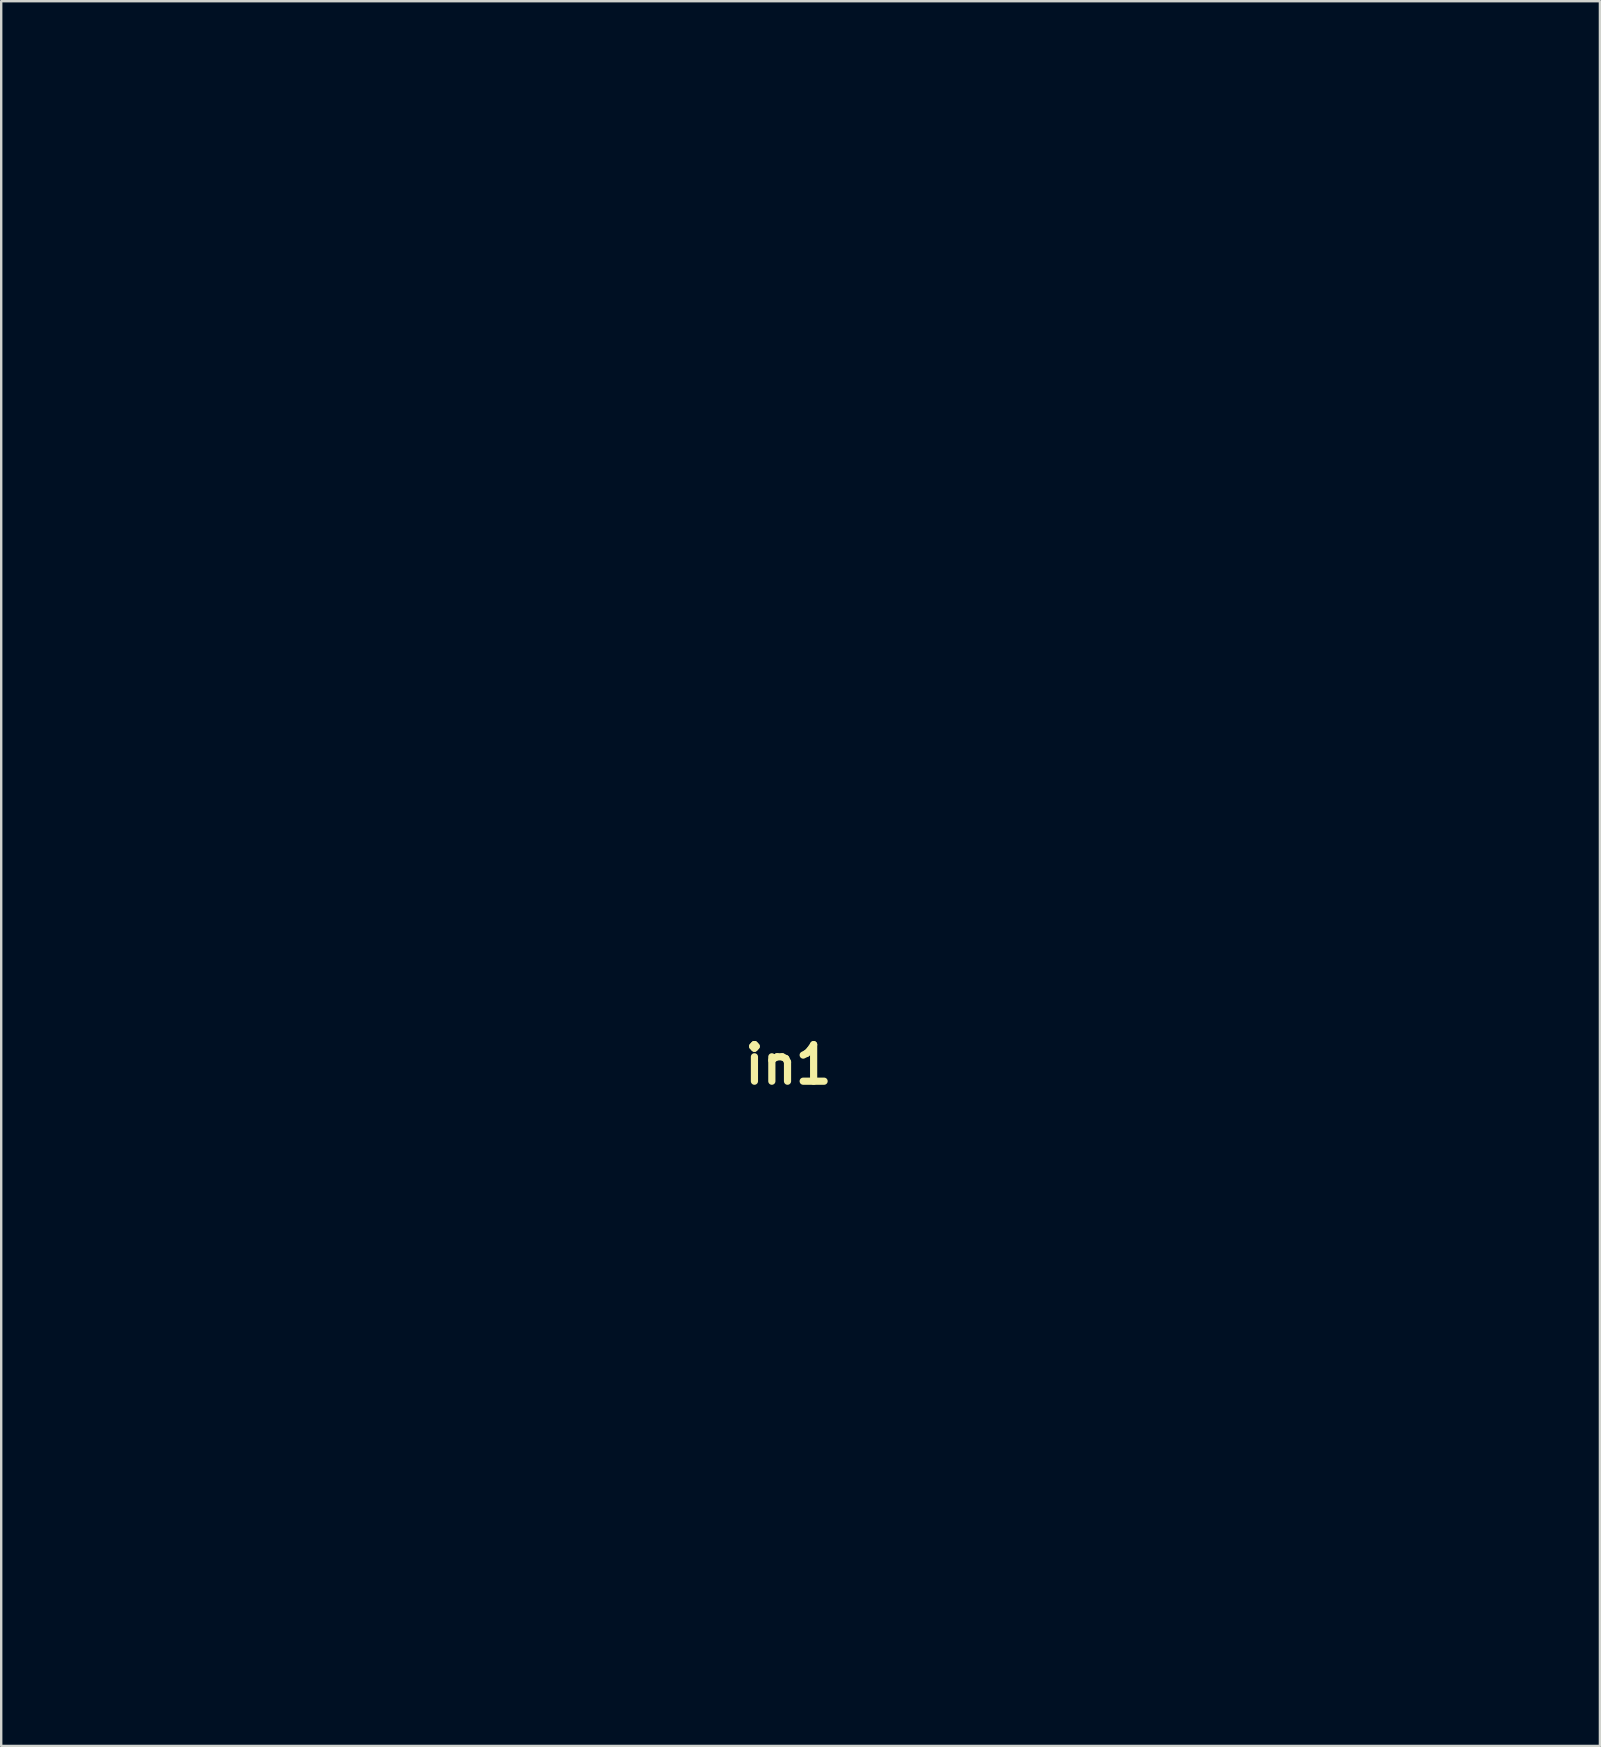
<source format=kicad_pcb>
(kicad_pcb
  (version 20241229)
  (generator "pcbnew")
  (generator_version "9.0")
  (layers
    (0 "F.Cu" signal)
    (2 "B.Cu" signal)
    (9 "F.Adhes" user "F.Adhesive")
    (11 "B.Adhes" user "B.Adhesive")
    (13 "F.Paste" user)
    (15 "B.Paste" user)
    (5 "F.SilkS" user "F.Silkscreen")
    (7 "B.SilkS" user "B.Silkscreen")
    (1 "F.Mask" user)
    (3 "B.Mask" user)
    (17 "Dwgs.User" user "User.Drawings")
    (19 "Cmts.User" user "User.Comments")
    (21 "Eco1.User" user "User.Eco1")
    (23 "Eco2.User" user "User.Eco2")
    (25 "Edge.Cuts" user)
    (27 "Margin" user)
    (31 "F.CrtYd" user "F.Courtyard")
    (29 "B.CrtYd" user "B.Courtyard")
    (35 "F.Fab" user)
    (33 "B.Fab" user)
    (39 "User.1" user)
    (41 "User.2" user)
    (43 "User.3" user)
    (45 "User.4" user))
  (footprint "in1"
    (layer "F.Cu")
    (at 29.808 41.322)
    (property "Reference" "in1" (at 0 0 0) (layer "F.SilkS") (effects (font (size 1.524 1.524) (thickness 0.3))))
    (attr through_hole)
    (fp_poly (pts (xy 13.218 -24.25) (xy 13.228 -24.245) (xy 13.351 -24.148) (xy 13.413 -24.019) (xy 13.411 -23.881) (xy 13.344 -23.757) (xy 13.252 -23.686) (xy 13.127 -23.634) (xy 13.026 -23.634) (xy 12.905 -23.686) (xy 12.902 -23.688) (xy 12.791 -23.789) (xy 12.744 -23.92) (xy 12.761 -24.058) (xy 12.84 -24.18) (xy 12.934 -24.245) (xy 13.038 -24.288) (xy 13.117 -24.289) (xy 13.218 -24.25)) (stroke (width 0.01) (type solid)) (fill yes) (layer "In1.Cu"))
    (fp_poly (pts (xy 30.819 -30.924) (xy 30.819 14.626) (xy 25.813 19.632) (xy 20.806 24.638) (xy 17.244 24.638) (xy 17.11 24.805) (xy 17.031 24.918) (xy 16.983 25.019) (xy 16.976 25.055) (xy 16.948 25.204) (xy 16.856 25.307) (xy 16.803 25.338) (xy 16.68 25.389) (xy 16.578 25.387) (xy 16.458 25.334) (xy 16.345 25.233) (xy 16.299 25.103) (xy 16.319 24.965) (xy 16.402 24.84) (xy 16.5 24.769) (xy 16.609 24.695) (xy 16.74 24.579) (xy 16.862 24.451) (xy 17.065 24.215) (xy 20.595 24.215) (xy 25.495 19.315) (xy 30.395 14.414) (xy 30.395 -30.713) (xy 25.305 -35.803) (xy 20.214 -40.894) (xy -19.96 -40.894) (xy -24.67 -36.184) (xy -29.379 -31.475) (xy -29.379 14.034) (xy -24.67 18.743) (xy -19.96 23.453) (xy 20.214 23.453) (xy 24.924 18.743) (xy 29.633 14.033) (xy 29.633 -30.332) (xy 24.733 -35.232) (xy 19.833 -40.132) (xy -19.579 -40.132) (xy -24.098 -35.613) (xy -28.617 -31.094) (xy -28.617 13.653) (xy -24.098 18.172) (xy -19.579 22.691) (xy 19.833 22.691) (xy 24.352 18.172) (xy 28.871 13.652) (xy 28.871 -29.951) (xy 19.452 -39.37) (xy -19.198 -39.37) (xy -23.527 -35.041) (xy -27.855 -30.713) (xy -27.855 13.272) (xy -19.198 21.929) (xy 19.452 21.929) (xy 23.781 17.6) (xy 28.109 13.271) (xy 28.109 -29.57) (xy 19.071 -38.608) (xy -18.817 -38.608) (xy -22.955 -34.47) (xy -27.093 -30.332) (xy -27.093 -8.721) (xy -27.093 12.891) (xy -22.955 17.029) (xy -18.817 21.167) (xy 19.071 21.167) (xy 23.209 17.029) (xy 27.347 12.89) (xy 27.347 -29.189) (xy 23.019 -33.517) (xy 18.69 -37.846) (xy -18.436 -37.846) (xy -26.331 -29.951) (xy -26.331 12.51) (xy -22.384 16.457) (xy -18.436 20.405) (xy 18.69 20.405) (xy 22.638 16.457) (xy 26.585 12.509) (xy 26.585 -28.808) (xy 22.447 -32.946) (xy 18.309 -37.084) (xy -18.055 -37.084) (xy -25.569 -29.57) (xy -25.569 12.129) (xy -18.055 19.643) (xy 18.309 19.643) (xy 25.823 12.128) (xy 25.823 -28.427) (xy 21.876 -32.375) (xy 17.928 -36.322) (xy -17.674 -36.322) (xy -24.807 -29.189) (xy -24.807 11.748) (xy -21.241 15.314) (xy -17.674 18.881) (xy 17.928 18.881) (xy 21.495 15.314) (xy 25.061 11.747) (xy 25.061 -28.046) (xy 17.547 -35.56) (xy -17.293 -35.56) (xy -20.669 -32.184) (xy -24.045 -28.808) (xy -24.045 -8.72) (xy -24.045 11.367) (xy -20.669 14.743) (xy -17.293 18.119) (xy 17.547 18.119) (xy 24.299 11.366) (xy 24.299 -27.665) (xy 20.733 -31.232) (xy 17.166 -34.798) (xy -16.912 -34.798) (xy -23.283 -28.427) (xy -23.283 -8.72) (xy -23.283 10.986) (xy -20.098 14.171) (xy -16.912 17.357) (xy 17.166 17.357) (xy 23.537 10.985) (xy 23.537 -27.284) (xy 16.785 -34.036) (xy -16.531 -34.036) (xy -19.526 -31.041) (xy -22.521 -28.046) (xy -22.521 -8.72) (xy -22.521 10.605) (xy -19.526 13.6) (xy -16.531 16.595) (xy 16.785 16.595) (xy 19.78 13.599) (xy 22.775 10.604) (xy 22.775 -26.903) (xy 19.59 -30.089) (xy 16.404 -33.274) (xy -16.15 -33.274) (xy -21.759 -27.665) (xy -21.759 -8.72) (xy -21.759 10.224) (xy -18.955 13.028) (xy -16.15 15.833) (xy 16.404 15.833) (xy 22.013 10.223) (xy 22.013 -26.522) (xy 19.018 -29.517) (xy 16.023 -32.512) (xy -15.769 -32.512) (xy -18.383 -29.898) (xy -20.997 -27.284) (xy -20.997 9.843) (xy -18.383 12.457) (xy -15.769 15.071) (xy 16.023 15.071) (xy 18.637 12.456) (xy 21.251 9.842) (xy 21.251 -26.141) (xy 18.447 -28.946) (xy 15.642 -31.75) (xy -15.388 -31.75) (xy -17.812 -29.326) (xy -20.235 -26.903) (xy -20.235 -8.72) (xy -20.235 9.462) (xy -17.812 11.885) (xy -15.388 14.309) (xy 15.642 14.309) (xy 18.066 11.885) (xy 20.489 9.461) (xy 20.489 -25.76) (xy 17.875 -28.374) (xy 15.261 -30.988) (xy -15.007 -30.988) (xy -19.473 -26.522) (xy -19.473 -8.72) (xy -19.473 9.081) (xy -17.24 11.314) (xy -15.007 13.547) (xy 15.261 13.547) (xy 17.494 11.313) (xy 19.727 9.08) (xy 19.727 -25.379) (xy 17.304 -27.803) (xy 14.88 -30.226) (xy -14.626 -30.226) (xy -16.669 -28.183) (xy -18.711 -26.141) (xy -18.711 -8.72) (xy -18.711 8.7) (xy -14.626 12.785) (xy 14.88 12.785) (xy 16.923 10.742) (xy 18.965 8.699) (xy 18.965 -24.998) (xy 16.732 -27.231) (xy 14.499 -29.464) (xy -14.246 -29.464) (xy -17.949 -25.759) (xy -17.949 -8.72) (xy -17.949 8.319) (xy -16.097 10.171) (xy -14.245 12.023) (xy 14.5 12.023) (xy 18.203 8.318) (xy 18.203 -24.617) (xy 16.161 -26.66) (xy 14.118 -28.702) (xy -13.865 -28.702) (xy -15.526 -27.04) (xy -17.187 -25.378) (xy -17.187 -8.72) (xy -17.187 7.938) (xy -15.526 9.599) (xy -13.864 11.261) (xy 14.119 11.261) (xy 15.78 9.599) (xy 17.441 7.937) (xy 17.441 -24.236) (xy 15.589 -26.088) (xy 13.737 -27.94) (xy -13.484 -27.94) (xy -16.425 -24.997) (xy -16.425 7.557) (xy -14.954 9.028) (xy -13.483 10.499) (xy 13.738 10.499) (xy 15.208 9.027) (xy 16.679 7.556) (xy 16.679 -23.855) (xy 15.018 -25.517) (xy 13.356 -27.178) (xy -13.103 -27.178) (xy -14.383 -25.897) (xy -15.663 -24.616) (xy -15.663 -8.72) (xy -15.663 7.176) (xy -14.382 8.456) (xy -13.102 9.737) (xy 13.357 9.737) (xy 14.637 8.456) (xy 15.917 7.175) (xy 15.917 -23.474) (xy 14.446 -24.945) (xy 12.975 -26.416) (xy -12.722 -26.416) (xy -13.812 -25.326) (xy -14.901 -24.235) (xy -14.901 -8.72) (xy -14.901 6.795) (xy -13.811 7.885) (xy -12.721 8.975) (xy 12.976 8.975) (xy 15.155 6.794) (xy 15.155 -23.093) (xy 13.874 -24.374) (xy 12.594 -25.654) (xy -12.341 -25.654) (xy -13.24 -24.754) (xy -14.139 -23.854) (xy -14.139 6.414) (xy -13.239 7.313) (xy -12.339 8.213) (xy 11.833 8.213) (xy 12.473 7.567) (xy 12.712 7.322) (xy 12.902 7.117) (xy 13.039 6.957) (xy 13.12 6.847) (xy 13.141 6.804) (xy 13.21 6.685) (xy 13.315 6.616) (xy 13.419 6.573) (xy 13.498 6.572) (xy 13.599 6.611) (xy 13.609 6.616) (xy 13.738 6.715) (xy 13.798 6.843) (xy 13.791 6.98) (xy 13.717 7.104) (xy 13.598 7.185) (xy 13.522 7.236) (xy 13.396 7.338) (xy 13.232 7.481) (xy 13.04 7.658) (xy 12.83 7.858) (xy 12.74 7.946) (xy 12.038 8.636) (xy -12.55 8.636) (xy -14.563 6.623) (xy -14.563 -24.065) (xy -12.55 -26.077) (xy 12.804 -26.077) (xy 14.192 -24.69) (xy 15.579 -23.303) (xy 15.579 7.005) (xy 13.185 9.398) (xy -12.931 9.398) (xy -15.325 7.005) (xy -15.325 -24.446) (xy -12.931 -26.839) (xy 13.186 -26.839) (xy 16.341 -23.684) (xy 16.341 7.386) (xy 14.954 8.773) (xy 13.566 10.16) (xy -13.312 10.16) (xy -14.7 8.773) (xy -16.087 7.386) (xy -16.087 -24.827) (xy -14.7 -26.214) (xy -13.312 -27.601) (xy 13.567 -27.601) (xy 15.335 -25.833) (xy 17.103 -24.065) (xy 17.103 7.767) (xy 13.948 10.922) (xy -13.694 10.922) (xy -16.849 7.767) (xy -16.849 -25.208) (xy -13.694 -28.363) (xy 13.948 -28.363) (xy 15.906 -26.405) (xy 17.865 -24.446) (xy 17.865 8.148) (xy 16.097 9.916) (xy 14.329 11.684) (xy -14.075 11.684) (xy -15.843 9.916) (xy -17.611 8.148) (xy -17.611 -25.589) (xy -15.843 -27.357) (xy -14.075 -29.125) (xy 14.329 -29.125) (xy 16.478 -26.976) (xy 18.627 -24.828) (xy 18.627 8.529) (xy 16.668 10.488) (xy 14.71 12.446) (xy -14.456 12.446) (xy -18.373 8.529) (xy -18.373 -25.97) (xy -14.456 -29.887) (xy 14.71 -29.887) (xy 17.049 -27.548) (xy 19.389 -25.209) (xy 19.389 8.91) (xy 17.24 11.059) (xy 15.091 13.208) (xy -14.837 13.208) (xy -16.986 11.059) (xy -19.135 8.91) (xy -19.135 -26.352) (xy -16.986 -28.5) (xy -14.837 -30.649) (xy 15.091 -30.649) (xy 20.151 -25.59) (xy 20.151 9.291) (xy 17.811 11.631) (xy 15.472 13.97) (xy -15.218 13.97) (xy -17.557 11.631) (xy -19.897 9.291) (xy -19.897 -26.733) (xy -17.557 -29.072) (xy -15.218 -31.411) (xy 15.472 -31.411) (xy 20.913 -25.971) (xy 20.913 9.672) (xy 15.853 14.732) (xy -15.599 14.732) (xy -20.659 9.672) (xy -20.659 -27.114) (xy -15.599 -32.173) (xy 15.853 -32.173) (xy 18.764 -29.263) (xy 21.675 -26.352) (xy 21.675 10.053) (xy 16.234 15.494) (xy -15.98 15.494) (xy -21.421 10.053) (xy -21.421 -27.495) (xy -15.98 -32.935) (xy 16.234 -32.935) (xy 19.335 -29.834) (xy 22.437 -26.733) (xy 22.437 10.434) (xy 19.526 13.345) (xy 16.615 16.256) (xy -16.361 16.256) (xy -22.183 10.434) (xy -22.183 -27.876) (xy -16.361 -33.697) (xy 16.615 -33.697) (xy 23.199 -27.114) (xy 23.199 10.816) (xy 20.097 13.917) (xy 16.996 17.018) (xy -16.742 17.018) (xy -22.945 10.816) (xy -22.945 -28.257) (xy -16.742 -34.459) (xy 16.996 -34.459) (xy 23.961 -27.495) (xy 23.961 11.197) (xy 17.377 17.78) (xy -17.123 17.78) (xy -23.707 11.197) (xy -23.707 -28.638) (xy -17.123 -35.221) (xy 17.377 -35.221) (xy 21.05 -31.549) (xy 24.723 -27.876) (xy 24.723 11.578) (xy 17.758 18.542) (xy -17.504 18.542) (xy -24.469 11.578) (xy -24.469 -29.019) (xy -17.504 -35.983) (xy 17.758 -35.983) (xy 21.621 -32.12) (xy 25.485 -28.257) (xy 25.485 11.959) (xy 21.812 15.631) (xy 18.139 19.304) (xy -17.885 19.304) (xy -25.231 11.959) (xy -25.231 -29.4) (xy -17.885 -36.745) (xy 18.139 -36.745) (xy 22.193 -32.692) (xy 26.247 -28.638) (xy 26.247 12.34) (xy 22.383 16.203) (xy 18.52 20.066) (xy -18.266 20.066) (xy -22.129 16.203) (xy -25.993 12.34) (xy -25.993 -29.781) (xy -22.129 -33.644) (xy -18.266 -37.507) (xy 18.52 -37.507) (xy 22.765 -33.263) (xy 27.009 -29.019) (xy 27.009 12.721) (xy 22.955 16.774) (xy 18.901 20.828) (xy -18.647 20.828) (xy -26.755 12.721) (xy -26.755 -30.162) (xy -18.647 -38.269) (xy 18.901 -38.269) (xy 27.771 -29.4) (xy 27.771 13.102) (xy 23.527 17.346) (xy 19.282 21.59) (xy -19.028 21.59) (xy -27.517 13.102) (xy -27.517 -30.543) (xy -19.028 -39.031) (xy 19.282 -39.031) (xy 23.908 -34.406) (xy 28.533 -29.781) (xy 28.533 13.483) (xy 19.663 22.352) (xy -19.409 22.352) (xy -28.279 13.483) (xy -28.279 -30.924) (xy -19.409 -39.793) (xy 19.663 -39.793) (xy 24.479 -34.978) (xy 29.295 -30.162) (xy 29.295 13.864) (xy 24.67 18.489) (xy 20.044 23.114) (xy -19.79 23.114) (xy -29.041 13.864) (xy -29.041 -31.305) (xy -19.79 -40.555) (xy 20.044 -40.555) (xy 25.051 -35.549) (xy 30.057 -30.543) (xy 30.057 14.245) (xy 25.241 19.06) (xy 20.425 23.876) (xy -20.171 23.876) (xy -29.803 14.245) (xy -29.803 -31.686) (xy -20.171 -41.317) (xy 20.425 -41.317) (xy 30.819 -30.924)) (stroke (width 0.01) (type solid)) (fill yes) (layer "In1.Cu")))
  (gr_rect
    (start -3 -3)
    (end 63.631 69.716)
    (stroke (width 0.1) (type default))
    (fill no)
    (layer "Edge.Cuts")))
</source>
